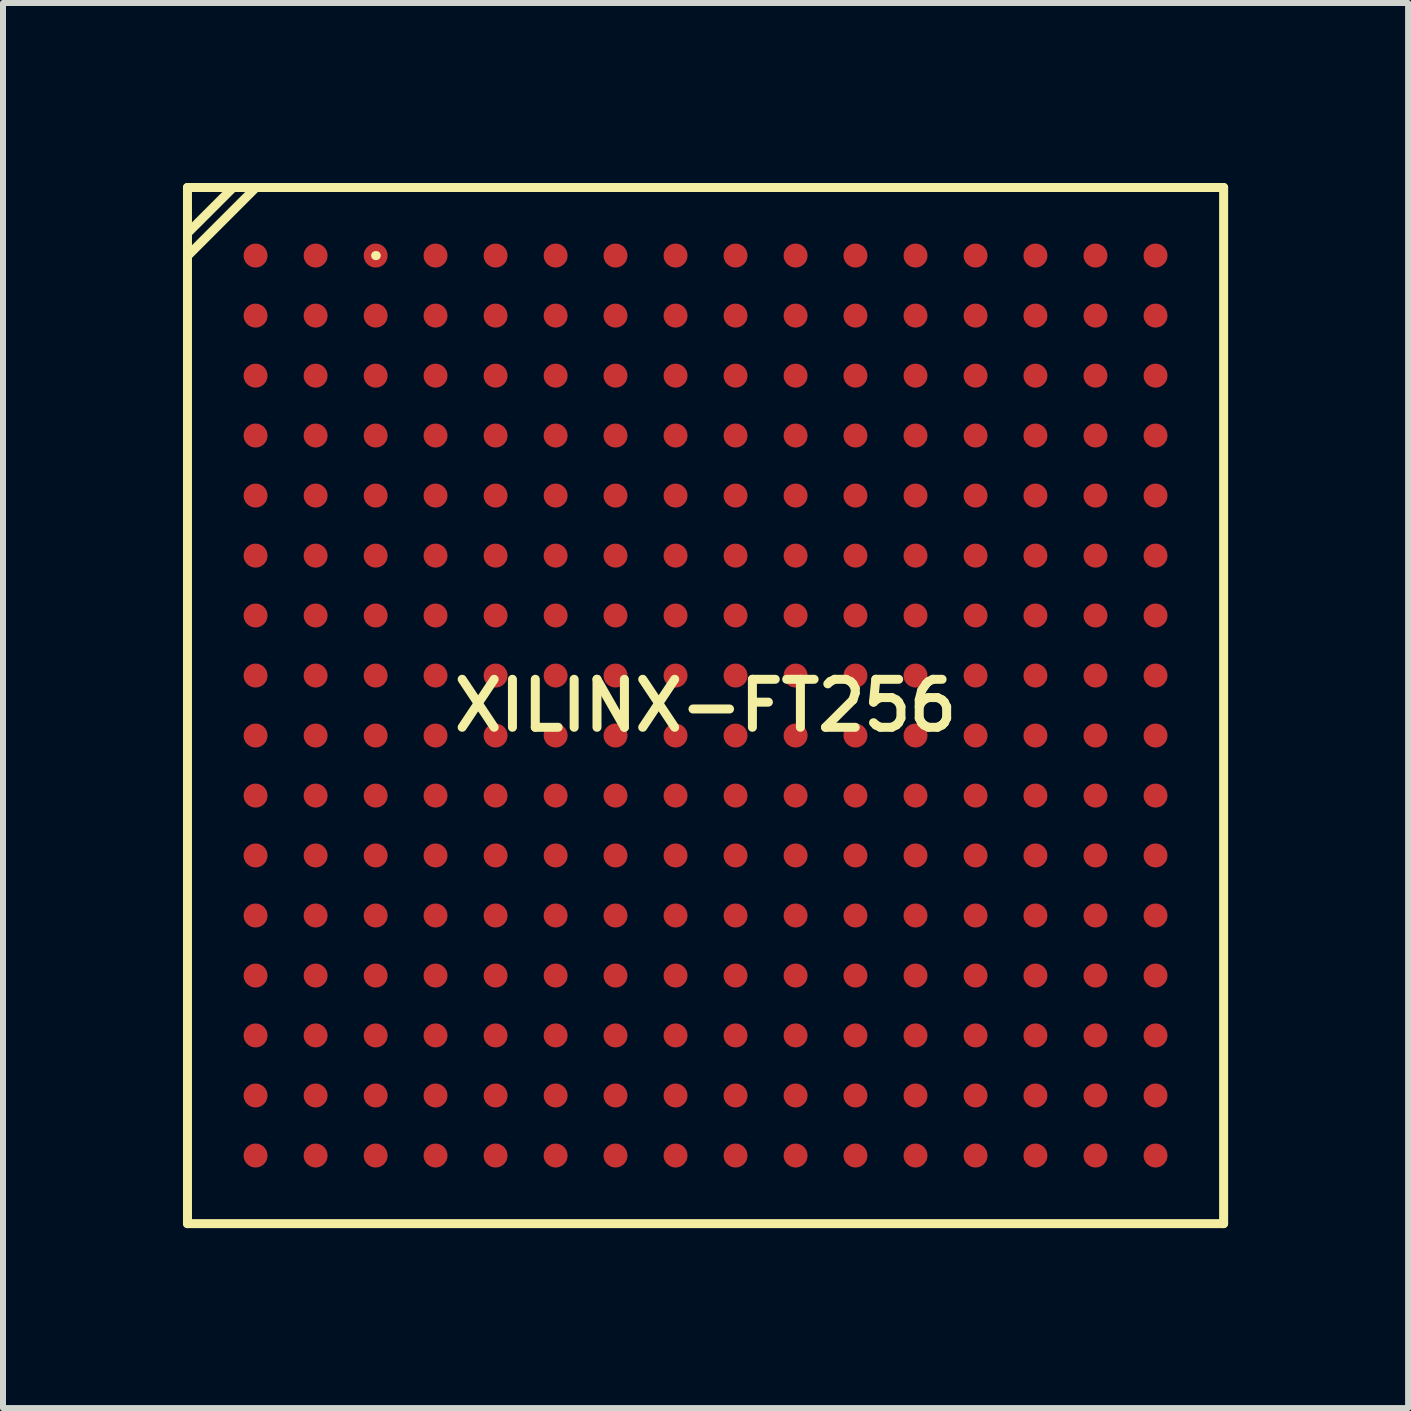
<source format=kicad_pcb>
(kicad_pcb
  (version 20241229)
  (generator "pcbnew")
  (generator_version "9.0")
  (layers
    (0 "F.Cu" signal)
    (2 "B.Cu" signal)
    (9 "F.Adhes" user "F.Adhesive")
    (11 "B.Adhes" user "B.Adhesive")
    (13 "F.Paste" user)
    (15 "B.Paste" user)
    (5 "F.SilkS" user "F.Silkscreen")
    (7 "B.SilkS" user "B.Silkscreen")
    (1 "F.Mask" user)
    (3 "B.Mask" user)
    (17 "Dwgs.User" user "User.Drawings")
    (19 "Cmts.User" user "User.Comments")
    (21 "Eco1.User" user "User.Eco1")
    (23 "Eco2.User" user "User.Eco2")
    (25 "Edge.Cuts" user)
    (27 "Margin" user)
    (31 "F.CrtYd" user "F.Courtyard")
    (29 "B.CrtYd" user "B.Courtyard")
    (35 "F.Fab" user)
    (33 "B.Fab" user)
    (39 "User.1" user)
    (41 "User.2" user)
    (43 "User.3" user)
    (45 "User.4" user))
  (footprint "XILINX-FT256"
    (layer "F.Cu")
    (at 8.711 8.711)
    (property "Reference" "XILINX-FT256" (at 0 0 0) (layer "F.SilkS") (effects (font (size 0.8 0.8) (thickness 0.15))))
    (attr smd)
    (fp_line (start -8.636 -8.636) (end 8.636 -8.636) (stroke (width 0.15) (type solid)) (layer "F.SilkS"))
    (fp_line (start -8.636 -7.874) (end -7.874 -8.636) (stroke (width 0.15) (type solid)) (layer "F.SilkS"))
    (fp_line (start -8.636 -7.493) (end -7.493 -8.636) (stroke (width 0.15) (type solid)) (layer "F.SilkS"))
    (fp_line (start -8.636 8.636) (end -8.636 -8.636) (stroke (width 0.15) (type solid)) (layer "F.SilkS"))
    (fp_line (start -5.499 -7.501) (end -5.489 -7.501) (stroke (width 0.15) (type solid)) (layer "F.SilkS"))
    (fp_line (start 8.636 -8.636) (end 8.636 8.636) (stroke (width 0.15) (type solid)) (layer "F.SilkS"))
    (fp_line (start 8.636 8.636) (end -8.636 8.636) (stroke (width 0.15) (type solid)) (layer "F.SilkS"))
    (pad "A1" smd circle (at -7.501 -7.501) (size 0.4 0.4) (layers "F.Cu" "F.Mask" "F.Paste"))
    (pad "A2" smd circle (at -6.5 -7.501) (size 0.4 0.4) (layers "F.Cu" "F.Mask" "F.Paste"))
    (pad "A3" smd circle (at -5.499 -7.501) (size 0.4 0.4) (layers "F.Cu" "F.Mask" "F.Paste"))
    (pad "A4" smd circle (at -4.501 -7.501) (size 0.4 0.4) (layers "F.Cu" "F.Mask" "F.Paste"))
    (pad "A5" smd circle (at -3.5 -7.501) (size 0.4 0.4) (layers "F.Cu" "F.Mask" "F.Paste"))
    (pad "A6" smd circle (at -2.499 -7.501) (size 0.4 0.4) (layers "F.Cu" "F.Mask" "F.Paste"))
    (pad "A7" smd circle (at -1.501 -7.501) (size 0.4 0.4) (layers "F.Cu" "F.Mask" "F.Paste"))
    (pad "A8" smd circle (at -0.5 -7.501) (size 0.4 0.4) (layers "F.Cu" "F.Mask" "F.Paste"))
    (pad "A9" smd circle (at 0.5 -7.501) (size 0.4 0.4) (layers "F.Cu" "F.Mask" "F.Paste"))
    (pad "A10" smd circle (at 1.501 -7.501) (size 0.4 0.4) (layers "F.Cu" "F.Mask" "F.Paste"))
    (pad "A11" smd circle (at 2.499 -7.501) (size 0.4 0.4) (layers "F.Cu" "F.Mask" "F.Paste"))
    (pad "A12" smd circle (at 3.5 -7.501) (size 0.4 0.4) (layers "F.Cu" "F.Mask" "F.Paste"))
    (pad "A13" smd circle (at 4.501 -7.501) (size 0.4 0.4) (layers "F.Cu" "F.Mask" "F.Paste"))
    (pad "A14" smd circle (at 5.499 -7.501) (size 0.4 0.4) (layers "F.Cu" "F.Mask" "F.Paste"))
    (pad "A15" smd circle (at 6.5 -7.501) (size 0.4 0.4) (layers "F.Cu" "F.Mask" "F.Paste"))
    (pad "A16" smd circle (at 7.501 -7.501) (size 0.4 0.4) (layers "F.Cu" "F.Mask" "F.Paste"))
    (pad "B1" smd circle (at -7.501 -6.5) (size 0.4 0.4) (layers "F.Cu" "F.Mask" "F.Paste"))
    (pad "B2" smd circle (at -6.5 -6.5) (size 0.4 0.4) (layers "F.Cu" "F.Mask" "F.Paste"))
    (pad "B3" smd circle (at -5.499 -6.5) (size 0.4 0.4) (layers "F.Cu" "F.Mask" "F.Paste"))
    (pad "B4" smd circle (at -4.501 -6.5) (size 0.4 0.4) (layers "F.Cu" "F.Mask" "F.Paste"))
    (pad "B5" smd circle (at -3.5 -6.5) (size 0.4 0.4) (layers "F.Cu" "F.Mask" "F.Paste"))
    (pad "B6" smd circle (at -2.499 -6.5) (size 0.4 0.4) (layers "F.Cu" "F.Mask" "F.Paste"))
    (pad "B7" smd circle (at -1.501 -6.5) (size 0.4 0.4) (layers "F.Cu" "F.Mask" "F.Paste"))
    (pad "B8" smd circle (at -0.5 -6.5) (size 0.4 0.4) (layers "F.Cu" "F.Mask" "F.Paste"))
    (pad "B9" smd circle (at 0.5 -6.5) (size 0.4 0.4) (layers "F.Cu" "F.Mask" "F.Paste"))
    (pad "B10" smd circle (at 1.501 -6.5) (size 0.4 0.4) (layers "F.Cu" "F.Mask" "F.Paste"))
    (pad "B11" smd circle (at 2.499 -6.5) (size 0.4 0.4) (layers "F.Cu" "F.Mask" "F.Paste"))
    (pad "B12" smd circle (at 3.5 -6.5) (size 0.4 0.4) (layers "F.Cu" "F.Mask" "F.Paste"))
    (pad "B13" smd circle (at 4.501 -6.5) (size 0.4 0.4) (layers "F.Cu" "F.Mask" "F.Paste"))
    (pad "B14" smd circle (at 5.499 -6.5) (size 0.4 0.4) (layers "F.Cu" "F.Mask" "F.Paste"))
    (pad "B15" smd circle (at 6.5 -6.5) (size 0.4 0.4) (layers "F.Cu" "F.Mask" "F.Paste"))
    (pad "B16" smd circle (at 7.501 -6.5) (size 0.4 0.4) (layers "F.Cu" "F.Mask" "F.Paste"))
    (pad "C1" smd circle (at -7.501 -5.499) (size 0.4 0.4) (layers "F.Cu" "F.Mask" "F.Paste"))
    (pad "C2" smd circle (at -6.5 -5.499) (size 0.4 0.4) (layers "F.Cu" "F.Mask" "F.Paste"))
    (pad "C3" smd circle (at -5.499 -5.499) (size 0.4 0.4) (layers "F.Cu" "F.Mask" "F.Paste"))
    (pad "C4" smd circle (at -4.501 -5.499) (size 0.4 0.4) (layers "F.Cu" "F.Mask" "F.Paste"))
    (pad "C5" smd circle (at -3.5 -5.499) (size 0.4 0.4) (layers "F.Cu" "F.Mask" "F.Paste"))
    (pad "C6" smd circle (at -2.499 -5.499) (size 0.4 0.4) (layers "F.Cu" "F.Mask" "F.Paste"))
    (pad "C7" smd circle (at -1.501 -5.499) (size 0.4 0.4) (layers "F.Cu" "F.Mask" "F.Paste"))
    (pad "C8" smd circle (at -0.5 -5.499) (size 0.4 0.4) (layers "F.Cu" "F.Mask" "F.Paste"))
    (pad "C9" smd circle (at 0.5 -5.499) (size 0.4 0.4) (layers "F.Cu" "F.Mask" "F.Paste"))
    (pad "C10" smd circle (at 1.501 -5.499) (size 0.4 0.4) (layers "F.Cu" "F.Mask" "F.Paste"))
    (pad "C11" smd circle (at 2.499 -5.499) (size 0.4 0.4) (layers "F.Cu" "F.Mask" "F.Paste"))
    (pad "C12" smd circle (at 3.5 -5.499) (size 0.4 0.4) (layers "F.Cu" "F.Mask" "F.Paste"))
    (pad "C13" smd circle (at 4.501 -5.499) (size 0.4 0.4) (layers "F.Cu" "F.Mask" "F.Paste"))
    (pad "C14" smd circle (at 5.499 -5.499) (size 0.4 0.4) (layers "F.Cu" "F.Mask" "F.Paste"))
    (pad "C15" smd circle (at 6.5 -5.499) (size 0.4 0.4) (layers "F.Cu" "F.Mask" "F.Paste"))
    (pad "C16" smd circle (at 7.501 -5.499) (size 0.4 0.4) (layers "F.Cu" "F.Mask" "F.Paste"))
    (pad "D1" smd circle (at -7.501 -4.501) (size 0.4 0.4) (layers "F.Cu" "F.Mask" "F.Paste"))
    (pad "D2" smd circle (at -6.5 -4.501) (size 0.4 0.4) (layers "F.Cu" "F.Mask" "F.Paste"))
    (pad "D3" smd circle (at -5.499 -4.501) (size 0.4 0.4) (layers "F.Cu" "F.Mask" "F.Paste"))
    (pad "D4" smd circle (at -4.501 -4.501) (size 0.4 0.4) (layers "F.Cu" "F.Mask" "F.Paste"))
    (pad "D5" smd circle (at -3.5 -4.501) (size 0.4 0.4) (layers "F.Cu" "F.Mask" "F.Paste"))
    (pad "D6" smd circle (at -2.499 -4.501) (size 0.4 0.4) (layers "F.Cu" "F.Mask" "F.Paste"))
    (pad "D7" smd circle (at -1.501 -4.501) (size 0.4 0.4) (layers "F.Cu" "F.Mask" "F.Paste"))
    (pad "D8" smd circle (at -0.5 -4.501) (size 0.4 0.4) (layers "F.Cu" "F.Mask" "F.Paste"))
    (pad "D9" smd circle (at 0.5 -4.501) (size 0.4 0.4) (layers "F.Cu" "F.Mask" "F.Paste"))
    (pad "D10" smd circle (at 1.501 -4.501) (size 0.4 0.4) (layers "F.Cu" "F.Mask" "F.Paste"))
    (pad "D11" smd circle (at 2.499 -4.501) (size 0.4 0.4) (layers "F.Cu" "F.Mask" "F.Paste"))
    (pad "D12" smd circle (at 3.5 -4.501) (size 0.4 0.4) (layers "F.Cu" "F.Mask" "F.Paste"))
    (pad "D13" smd circle (at 4.501 -4.501) (size 0.4 0.4) (layers "F.Cu" "F.Mask" "F.Paste"))
    (pad "D14" smd circle (at 5.499 -4.501) (size 0.4 0.4) (layers "F.Cu" "F.Mask" "F.Paste"))
    (pad "D15" smd circle (at 6.5 -4.501) (size 0.4 0.4) (layers "F.Cu" "F.Mask" "F.Paste"))
    (pad "D16" smd circle (at 7.501 -4.501) (size 0.4 0.4) (layers "F.Cu" "F.Mask" "F.Paste"))
    (pad "E1" smd circle (at -7.501 -3.5) (size 0.4 0.4) (layers "F.Cu" "F.Mask" "F.Paste"))
    (pad "E2" smd circle (at -6.5 -3.5) (size 0.4 0.4) (layers "F.Cu" "F.Mask" "F.Paste"))
    (pad "E3" smd circle (at -5.499 -3.5) (size 0.4 0.4) (layers "F.Cu" "F.Mask" "F.Paste"))
    (pad "E4" smd circle (at -4.501 -3.5) (size 0.4 0.4) (layers "F.Cu" "F.Mask" "F.Paste"))
    (pad "E5" smd circle (at -3.5 -3.5) (size 0.4 0.4) (layers "F.Cu" "F.Mask" "F.Paste"))
    (pad "E6" smd circle (at -2.499 -3.5) (size 0.4 0.4) (layers "F.Cu" "F.Mask" "F.Paste"))
    (pad "E7" smd circle (at -1.501 -3.5) (size 0.4 0.4) (layers "F.Cu" "F.Mask" "F.Paste"))
    (pad "E8" smd circle (at -0.5 -3.5) (size 0.4 0.4) (layers "F.Cu" "F.Mask" "F.Paste"))
    (pad "E9" smd circle (at 0.5 -3.5) (size 0.4 0.4) (layers "F.Cu" "F.Mask" "F.Paste"))
    (pad "E10" smd circle (at 1.501 -3.5) (size 0.4 0.4) (layers "F.Cu" "F.Mask" "F.Paste"))
    (pad "E11" smd circle (at 2.499 -3.5) (size 0.4 0.4) (layers "F.Cu" "F.Mask" "F.Paste"))
    (pad "E12" smd circle (at 3.5 -3.5) (size 0.4 0.4) (layers "F.Cu" "F.Mask" "F.Paste"))
    (pad "E13" smd circle (at 4.501 -3.5) (size 0.4 0.4) (layers "F.Cu" "F.Mask" "F.Paste"))
    (pad "E14" smd circle (at 5.499 -3.5) (size 0.4 0.4) (layers "F.Cu" "F.Mask" "F.Paste"))
    (pad "E15" smd circle (at 6.5 -3.5) (size 0.4 0.4) (layers "F.Cu" "F.Mask" "F.Paste"))
    (pad "E16" smd circle (at 7.501 -3.5) (size 0.4 0.4) (layers "F.Cu" "F.Mask" "F.Paste"))
    (pad "F1" smd circle (at -7.501 -2.499) (size 0.4 0.4) (layers "F.Cu" "F.Mask" "F.Paste"))
    (pad "F2" smd circle (at -6.5 -2.499) (size 0.4 0.4) (layers "F.Cu" "F.Mask" "F.Paste"))
    (pad "F3" smd circle (at -5.499 -2.499) (size 0.4 0.4) (layers "F.Cu" "F.Mask" "F.Paste"))
    (pad "F4" smd circle (at -4.501 -2.499) (size 0.4 0.4) (layers "F.Cu" "F.Mask" "F.Paste"))
    (pad "F5" smd circle (at -3.5 -2.499) (size 0.4 0.4) (layers "F.Cu" "F.Mask" "F.Paste"))
    (pad "F6" smd circle (at -2.499 -2.499) (size 0.4 0.4) (layers "F.Cu" "F.Mask" "F.Paste"))
    (pad "F7" smd circle (at -1.501 -2.499) (size 0.4 0.4) (layers "F.Cu" "F.Mask" "F.Paste"))
    (pad "F8" smd circle (at -0.5 -2.499) (size 0.4 0.4) (layers "F.Cu" "F.Mask" "F.Paste"))
    (pad "F9" smd circle (at 0.5 -2.499) (size 0.4 0.4) (layers "F.Cu" "F.Mask" "F.Paste"))
    (pad "F10" smd circle (at 1.501 -2.499) (size 0.4 0.4) (layers "F.Cu" "F.Mask" "F.Paste"))
    (pad "F11" smd circle (at 2.499 -2.499) (size 0.4 0.4) (layers "F.Cu" "F.Mask" "F.Paste"))
    (pad "F12" smd circle (at 3.5 -2.499) (size 0.4 0.4) (layers "F.Cu" "F.Mask" "F.Paste"))
    (pad "F13" smd circle (at 4.501 -2.499) (size 0.4 0.4) (layers "F.Cu" "F.Mask" "F.Paste"))
    (pad "F14" smd circle (at 5.499 -2.499) (size 0.4 0.4) (layers "F.Cu" "F.Mask" "F.Paste"))
    (pad "F15" smd circle (at 6.5 -2.499) (size 0.4 0.4) (layers "F.Cu" "F.Mask" "F.Paste"))
    (pad "F16" smd circle (at 7.501 -2.499) (size 0.4 0.4) (layers "F.Cu" "F.Mask" "F.Paste"))
    (pad "G1" smd circle (at -7.501 -1.501) (size 0.4 0.4) (layers "F.Cu" "F.Mask" "F.Paste"))
    (pad "G2" smd circle (at -6.5 -1.501) (size 0.4 0.4) (layers "F.Cu" "F.Mask" "F.Paste"))
    (pad "G3" smd circle (at -5.499 -1.501) (size 0.4 0.4) (layers "F.Cu" "F.Mask" "F.Paste"))
    (pad "G4" smd circle (at -4.501 -1.501) (size 0.4 0.4) (layers "F.Cu" "F.Mask" "F.Paste"))
    (pad "G5" smd circle (at -3.5 -1.501) (size 0.4 0.4) (layers "F.Cu" "F.Mask" "F.Paste"))
    (pad "G6" smd circle (at -2.499 -1.501) (size 0.4 0.4) (layers "F.Cu" "F.Mask" "F.Paste"))
    (pad "G7" smd circle (at -1.501 -1.501) (size 0.4 0.4) (layers "F.Cu" "F.Mask" "F.Paste"))
    (pad "G8" smd circle (at -0.5 -1.501) (size 0.4 0.4) (layers "F.Cu" "F.Mask" "F.Paste"))
    (pad "G9" smd circle (at 0.5 -1.501) (size 0.4 0.4) (layers "F.Cu" "F.Mask" "F.Paste"))
    (pad "G10" smd circle (at 1.501 -1.501) (size 0.4 0.4) (layers "F.Cu" "F.Mask" "F.Paste"))
    (pad "G11" smd circle (at 2.499 -1.501) (size 0.4 0.4) (layers "F.Cu" "F.Mask" "F.Paste"))
    (pad "G12" smd circle (at 3.5 -1.501) (size 0.4 0.4) (layers "F.Cu" "F.Mask" "F.Paste"))
    (pad "G13" smd circle (at 4.501 -1.501) (size 0.4 0.4) (layers "F.Cu" "F.Mask" "F.Paste"))
    (pad "G14" smd circle (at 5.499 -1.501) (size 0.4 0.4) (layers "F.Cu" "F.Mask" "F.Paste"))
    (pad "G15" smd circle (at 6.5 -1.501) (size 0.4 0.4) (layers "F.Cu" "F.Mask" "F.Paste"))
    (pad "G16" smd circle (at 7.501 -1.501) (size 0.4 0.4) (layers "F.Cu" "F.Mask" "F.Paste"))
    (pad "H1" smd circle (at -7.501 -0.5) (size 0.4 0.4) (layers "F.Cu" "F.Mask" "F.Paste"))
    (pad "H2" smd circle (at -6.5 -0.5) (size 0.4 0.4) (layers "F.Cu" "F.Mask" "F.Paste"))
    (pad "H3" smd circle (at -5.499 -0.5) (size 0.4 0.4) (layers "F.Cu" "F.Mask" "F.Paste"))
    (pad "H4" smd circle (at -4.501 -0.5) (size 0.4 0.4) (layers "F.Cu" "F.Mask" "F.Paste"))
    (pad "H5" smd circle (at -3.5 -0.5) (size 0.4 0.4) (layers "F.Cu" "F.Mask" "F.Paste"))
    (pad "H6" smd circle (at -2.499 -0.5) (size 0.4 0.4) (layers "F.Cu" "F.Mask" "F.Paste"))
    (pad "H7" smd circle (at -1.501 -0.5) (size 0.4 0.4) (layers "F.Cu" "F.Mask" "F.Paste"))
    (pad "H8" smd circle (at -0.5 -0.5) (size 0.4 0.4) (layers "F.Cu" "F.Mask" "F.Paste"))
    (pad "H9" smd circle (at 0.5 -0.5) (size 0.4 0.4) (layers "F.Cu" "F.Mask" "F.Paste"))
    (pad "H10" smd circle (at 1.501 -0.5) (size 0.4 0.4) (layers "F.Cu" "F.Mask" "F.Paste"))
    (pad "H11" smd circle (at 2.499 -0.5) (size 0.4 0.4) (layers "F.Cu" "F.Mask" "F.Paste"))
    (pad "H12" smd circle (at 3.5 -0.5) (size 0.4 0.4) (layers "F.Cu" "F.Mask" "F.Paste"))
    (pad "H13" smd circle (at 4.501 -0.5) (size 0.4 0.4) (layers "F.Cu" "F.Mask" "F.Paste"))
    (pad "H14" smd circle (at 5.499 -0.5) (size 0.4 0.4) (layers "F.Cu" "F.Mask" "F.Paste"))
    (pad "H15" smd circle (at 6.5 -0.5) (size 0.4 0.4) (layers "F.Cu" "F.Mask" "F.Paste"))
    (pad "H16" smd circle (at 7.501 -0.5) (size 0.4 0.4) (layers "F.Cu" "F.Mask" "F.Paste"))
    (pad "J1" smd circle (at -7.501 0.5) (size 0.4 0.4) (layers "F.Cu" "F.Mask" "F.Paste"))
    (pad "J2" smd circle (at -6.5 0.5) (size 0.4 0.4) (layers "F.Cu" "F.Mask" "F.Paste"))
    (pad "J3" smd circle (at -5.499 0.5) (size 0.4 0.4) (layers "F.Cu" "F.Mask" "F.Paste"))
    (pad "J4" smd circle (at -4.501 0.5) (size 0.4 0.4) (layers "F.Cu" "F.Mask" "F.Paste"))
    (pad "J5" smd circle (at -3.5 0.5) (size 0.4 0.4) (layers "F.Cu" "F.Mask" "F.Paste"))
    (pad "J6" smd circle (at -2.499 0.5) (size 0.4 0.4) (layers "F.Cu" "F.Mask" "F.Paste"))
    (pad "J7" smd circle (at -1.501 0.5) (size 0.4 0.4) (layers "F.Cu" "F.Mask" "F.Paste"))
    (pad "J8" smd circle (at -0.5 0.5) (size 0.4 0.4) (layers "F.Cu" "F.Mask" "F.Paste"))
    (pad "J9" smd circle (at 0.5 0.5) (size 0.4 0.4) (layers "F.Cu" "F.Mask" "F.Paste"))
    (pad "J10" smd circle (at 1.501 0.5) (size 0.4 0.4) (layers "F.Cu" "F.Mask" "F.Paste"))
    (pad "J11" smd circle (at 2.499 0.5) (size 0.4 0.4) (layers "F.Cu" "F.Mask" "F.Paste"))
    (pad "J12" smd circle (at 3.5 0.5) (size 0.4 0.4) (layers "F.Cu" "F.Mask" "F.Paste"))
    (pad "J13" smd circle (at 4.501 0.5) (size 0.4 0.4) (layers "F.Cu" "F.Mask" "F.Paste"))
    (pad "J14" smd circle (at 5.499 0.5) (size 0.4 0.4) (layers "F.Cu" "F.Mask" "F.Paste"))
    (pad "J15" smd circle (at 6.5 0.5) (size 0.4 0.4) (layers "F.Cu" "F.Mask" "F.Paste"))
    (pad "J16" smd circle (at 7.501 0.5) (size 0.4 0.4) (layers "F.Cu" "F.Mask" "F.Paste"))
    (pad "K1" smd circle (at -7.501 1.501) (size 0.4 0.4) (layers "F.Cu" "F.Mask" "F.Paste"))
    (pad "K2" smd circle (at -6.5 1.501) (size 0.4 0.4) (layers "F.Cu" "F.Mask" "F.Paste"))
    (pad "K3" smd circle (at -5.499 1.501) (size 0.4 0.4) (layers "F.Cu" "F.Mask" "F.Paste"))
    (pad "K4" smd circle (at -4.501 1.501) (size 0.4 0.4) (layers "F.Cu" "F.Mask" "F.Paste"))
    (pad "K5" smd circle (at -3.5 1.501) (size 0.4 0.4) (layers "F.Cu" "F.Mask" "F.Paste"))
    (pad "K6" smd circle (at -2.499 1.501) (size 0.4 0.4) (layers "F.Cu" "F.Mask" "F.Paste"))
    (pad "K7" smd circle (at -1.501 1.501) (size 0.4 0.4) (layers "F.Cu" "F.Mask" "F.Paste"))
    (pad "K8" smd circle (at -0.5 1.501) (size 0.4 0.4) (layers "F.Cu" "F.Mask" "F.Paste"))
    (pad "K9" smd circle (at 0.5 1.501) (size 0.4 0.4) (layers "F.Cu" "F.Mask" "F.Paste"))
    (pad "K10" smd circle (at 1.501 1.501) (size 0.4 0.4) (layers "F.Cu" "F.Mask" "F.Paste"))
    (pad "K11" smd circle (at 2.499 1.501) (size 0.4 0.4) (layers "F.Cu" "F.Mask" "F.Paste"))
    (pad "K12" smd circle (at 3.5 1.501) (size 0.4 0.4) (layers "F.Cu" "F.Mask" "F.Paste"))
    (pad "K13" smd circle (at 4.501 1.501) (size 0.4 0.4) (layers "F.Cu" "F.Mask" "F.Paste"))
    (pad "K14" smd circle (at 5.499 1.501) (size 0.4 0.4) (layers "F.Cu" "F.Mask" "F.Paste"))
    (pad "K15" smd circle (at 6.5 1.501) (size 0.4 0.4) (layers "F.Cu" "F.Mask" "F.Paste"))
    (pad "K16" smd circle (at 7.501 1.501) (size 0.4 0.4) (layers "F.Cu" "F.Mask" "F.Paste"))
    (pad "L1" smd circle (at -7.501 2.499) (size 0.4 0.4) (layers "F.Cu" "F.Mask" "F.Paste"))
    (pad "L2" smd circle (at -6.5 2.499) (size 0.4 0.4) (layers "F.Cu" "F.Mask" "F.Paste"))
    (pad "L3" smd circle (at -5.499 2.499) (size 0.4 0.4) (layers "F.Cu" "F.Mask" "F.Paste"))
    (pad "L4" smd circle (at -4.501 2.499) (size 0.4 0.4) (layers "F.Cu" "F.Mask" "F.Paste"))
    (pad "L5" smd circle (at -3.5 2.499) (size 0.4 0.4) (layers "F.Cu" "F.Mask" "F.Paste"))
    (pad "L6" smd circle (at -2.499 2.499) (size 0.4 0.4) (layers "F.Cu" "F.Mask" "F.Paste"))
    (pad "L7" smd circle (at -1.501 2.499) (size 0.4 0.4) (layers "F.Cu" "F.Mask" "F.Paste"))
    (pad "L8" smd circle (at -0.5 2.499) (size 0.4 0.4) (layers "F.Cu" "F.Mask" "F.Paste"))
    (pad "L9" smd circle (at 0.5 2.499) (size 0.4 0.4) (layers "F.Cu" "F.Mask" "F.Paste"))
    (pad "L10" smd circle (at 1.501 2.499) (size 0.4 0.4) (layers "F.Cu" "F.Mask" "F.Paste"))
    (pad "L11" smd circle (at 2.499 2.499) (size 0.4 0.4) (layers "F.Cu" "F.Mask" "F.Paste"))
    (pad "L12" smd circle (at 3.5 2.499) (size 0.4 0.4) (layers "F.Cu" "F.Mask" "F.Paste"))
    (pad "L13" smd circle (at 4.501 2.499) (size 0.4 0.4) (layers "F.Cu" "F.Mask" "F.Paste"))
    (pad "L14" smd circle (at 5.499 2.499) (size 0.4 0.4) (layers "F.Cu" "F.Mask" "F.Paste"))
    (pad "L15" smd circle (at 6.5 2.499) (size 0.4 0.4) (layers "F.Cu" "F.Mask" "F.Paste"))
    (pad "L16" smd circle (at 7.501 2.499) (size 0.4 0.4) (layers "F.Cu" "F.Mask" "F.Paste"))
    (pad "M1" smd circle (at -7.501 3.5) (size 0.4 0.4) (layers "F.Cu" "F.Mask" "F.Paste"))
    (pad "M2" smd circle (at -6.5 3.5) (size 0.4 0.4) (layers "F.Cu" "F.Mask" "F.Paste"))
    (pad "M3" smd circle (at -5.499 3.5) (size 0.4 0.4) (layers "F.Cu" "F.Mask" "F.Paste"))
    (pad "M4" smd circle (at -4.501 3.5) (size 0.4 0.4) (layers "F.Cu" "F.Mask" "F.Paste"))
    (pad "M5" smd circle (at -3.5 3.5) (size 0.4 0.4) (layers "F.Cu" "F.Mask" "F.Paste"))
    (pad "M6" smd circle (at -2.499 3.5) (size 0.4 0.4) (layers "F.Cu" "F.Mask" "F.Paste"))
    (pad "M7" smd circle (at -1.501 3.5) (size 0.4 0.4) (layers "F.Cu" "F.Mask" "F.Paste"))
    (pad "M8" smd circle (at -0.5 3.5) (size 0.4 0.4) (layers "F.Cu" "F.Mask" "F.Paste"))
    (pad "M9" smd circle (at 0.5 3.5) (size 0.4 0.4) (layers "F.Cu" "F.Mask" "F.Paste"))
    (pad "M10" smd circle (at 1.501 3.5) (size 0.4 0.4) (layers "F.Cu" "F.Mask" "F.Paste"))
    (pad "M11" smd circle (at 2.499 3.5) (size 0.4 0.4) (layers "F.Cu" "F.Mask" "F.Paste"))
    (pad "M12" smd circle (at 3.5 3.5) (size 0.4 0.4) (layers "F.Cu" "F.Mask" "F.Paste"))
    (pad "M13" smd circle (at 4.501 3.5) (size 0.4 0.4) (layers "F.Cu" "F.Mask" "F.Paste"))
    (pad "M14" smd circle (at 5.499 3.5) (size 0.4 0.4) (layers "F.Cu" "F.Mask" "F.Paste"))
    (pad "M15" smd circle (at 6.5 3.5) (size 0.4 0.4) (layers "F.Cu" "F.Mask" "F.Paste"))
    (pad "M16" smd circle (at 7.501 3.5) (size 0.4 0.4) (layers "F.Cu" "F.Mask" "F.Paste"))
    (pad "N1" smd circle (at -7.501 4.501) (size 0.4 0.4) (layers "F.Cu" "F.Mask" "F.Paste"))
    (pad "N2" smd circle (at -6.5 4.501) (size 0.4 0.4) (layers "F.Cu" "F.Mask" "F.Paste"))
    (pad "N3" smd circle (at -5.499 4.501) (size 0.4 0.4) (layers "F.Cu" "F.Mask" "F.Paste"))
    (pad "N4" smd circle (at -4.501 4.501) (size 0.4 0.4) (layers "F.Cu" "F.Mask" "F.Paste"))
    (pad "N5" smd circle (at -3.5 4.501) (size 0.4 0.4) (layers "F.Cu" "F.Mask" "F.Paste"))
    (pad "N6" smd circle (at -2.499 4.501) (size 0.4 0.4) (layers "F.Cu" "F.Mask" "F.Paste"))
    (pad "N7" smd circle (at -1.501 4.501) (size 0.4 0.4) (layers "F.Cu" "F.Mask" "F.Paste"))
    (pad "N8" smd circle (at -0.5 4.501) (size 0.4 0.4) (layers "F.Cu" "F.Mask" "F.Paste"))
    (pad "N9" smd circle (at 0.5 4.501) (size 0.4 0.4) (layers "F.Cu" "F.Mask" "F.Paste"))
    (pad "N10" smd circle (at 1.501 4.501) (size 0.4 0.4) (layers "F.Cu" "F.Mask" "F.Paste"))
    (pad "N11" smd circle (at 2.499 4.501) (size 0.4 0.4) (layers "F.Cu" "F.Mask" "F.Paste"))
    (pad "N12" smd circle (at 3.5 4.501) (size 0.4 0.4) (layers "F.Cu" "F.Mask" "F.Paste"))
    (pad "N13" smd circle (at 4.501 4.501) (size 0.4 0.4) (layers "F.Cu" "F.Mask" "F.Paste"))
    (pad "N14" smd circle (at 5.499 4.501) (size 0.4 0.4) (layers "F.Cu" "F.Mask" "F.Paste"))
    (pad "N15" smd circle (at 6.5 4.501) (size 0.4 0.4) (layers "F.Cu" "F.Mask" "F.Paste"))
    (pad "N16" smd circle (at 7.501 4.501) (size 0.4 0.4) (layers "F.Cu" "F.Mask" "F.Paste"))
    (pad "P1" smd circle (at -7.501 5.499) (size 0.4 0.4) (layers "F.Cu" "F.Mask" "F.Paste"))
    (pad "P2" smd circle (at -6.5 5.499) (size 0.4 0.4) (layers "F.Cu" "F.Mask" "F.Paste"))
    (pad "P3" smd circle (at -5.499 5.499) (size 0.4 0.4) (layers "F.Cu" "F.Mask" "F.Paste"))
    (pad "P4" smd circle (at -4.501 5.499) (size 0.4 0.4) (layers "F.Cu" "F.Mask" "F.Paste"))
    (pad "P5" smd circle (at -3.5 5.499) (size 0.4 0.4) (layers "F.Cu" "F.Mask" "F.Paste"))
    (pad "P6" smd circle (at -2.499 5.499) (size 0.4 0.4) (layers "F.Cu" "F.Mask" "F.Paste"))
    (pad "P7" smd circle (at -1.501 5.499) (size 0.4 0.4) (layers "F.Cu" "F.Mask" "F.Paste"))
    (pad "P8" smd circle (at -0.5 5.499) (size 0.4 0.4) (layers "F.Cu" "F.Mask" "F.Paste"))
    (pad "P9" smd circle (at 0.5 5.499) (size 0.4 0.4) (layers "F.Cu" "F.Mask" "F.Paste"))
    (pad "P10" smd circle (at 1.501 5.499) (size 0.4 0.4) (layers "F.Cu" "F.Mask" "F.Paste"))
    (pad "P11" smd circle (at 2.499 5.499) (size 0.4 0.4) (layers "F.Cu" "F.Mask" "F.Paste"))
    (pad "P12" smd circle (at 3.5 5.499) (size 0.4 0.4) (layers "F.Cu" "F.Mask" "F.Paste"))
    (pad "P13" smd circle (at 4.501 5.499) (size 0.4 0.4) (layers "F.Cu" "F.Mask" "F.Paste"))
    (pad "P14" smd circle (at 5.499 5.499) (size 0.4 0.4) (layers "F.Cu" "F.Mask" "F.Paste"))
    (pad "P15" smd circle (at 6.5 5.499) (size 0.4 0.4) (layers "F.Cu" "F.Mask" "F.Paste"))
    (pad "P16" smd circle (at 7.501 5.499) (size 0.4 0.4) (layers "F.Cu" "F.Mask" "F.Paste"))
    (pad "R1" smd circle (at -7.501 6.5) (size 0.4 0.4) (layers "F.Cu" "F.Mask" "F.Paste"))
    (pad "R2" smd circle (at -6.5 6.5) (size 0.4 0.4) (layers "F.Cu" "F.Mask" "F.Paste"))
    (pad "R3" smd circle (at -5.499 6.5) (size 0.4 0.4) (layers "F.Cu" "F.Mask" "F.Paste"))
    (pad "R4" smd circle (at -4.501 6.5) (size 0.4 0.4) (layers "F.Cu" "F.Mask" "F.Paste"))
    (pad "R5" smd circle (at -3.5 6.5) (size 0.4 0.4) (layers "F.Cu" "F.Mask" "F.Paste"))
    (pad "R6" smd circle (at -2.499 6.5) (size 0.4 0.4) (layers "F.Cu" "F.Mask" "F.Paste"))
    (pad "R7" smd circle (at -1.501 6.5) (size 0.4 0.4) (layers "F.Cu" "F.Mask" "F.Paste"))
    (pad "R8" smd circle (at -0.5 6.5) (size 0.4 0.4) (layers "F.Cu" "F.Mask" "F.Paste"))
    (pad "R9" smd circle (at 0.5 6.5) (size 0.4 0.4) (layers "F.Cu" "F.Mask" "F.Paste"))
    (pad "R10" smd circle (at 1.501 6.5) (size 0.4 0.4) (layers "F.Cu" "F.Mask" "F.Paste"))
    (pad "R11" smd circle (at 2.499 6.5) (size 0.4 0.4) (layers "F.Cu" "F.Mask" "F.Paste"))
    (pad "R12" smd circle (at 3.5 6.5) (size 0.4 0.4) (layers "F.Cu" "F.Mask" "F.Paste"))
    (pad "R13" smd circle (at 4.501 6.5) (size 0.4 0.4) (layers "F.Cu" "F.Mask" "F.Paste"))
    (pad "R14" smd circle (at 5.499 6.5) (size 0.4 0.4) (layers "F.Cu" "F.Mask" "F.Paste"))
    (pad "R15" smd circle (at 6.5 6.5) (size 0.4 0.4) (layers "F.Cu" "F.Mask" "F.Paste"))
    (pad "R16" smd circle (at 7.501 6.5) (size 0.4 0.4) (layers "F.Cu" "F.Mask" "F.Paste"))
    (pad "T1" smd circle (at -7.501 7.501) (size 0.4 0.4) (layers "F.Cu" "F.Mask" "F.Paste"))
    (pad "T2" smd circle (at -6.5 7.501) (size 0.4 0.4) (layers "F.Cu" "F.Mask" "F.Paste"))
    (pad "T3" smd circle (at -5.499 7.501) (size 0.4 0.4) (layers "F.Cu" "F.Mask" "F.Paste"))
    (pad "T4" smd circle (at -4.501 7.501) (size 0.4 0.4) (layers "F.Cu" "F.Mask" "F.Paste"))
    (pad "T5" smd circle (at -3.5 7.501) (size 0.4 0.4) (layers "F.Cu" "F.Mask" "F.Paste"))
    (pad "T6" smd circle (at -2.499 7.501) (size 0.4 0.4) (layers "F.Cu" "F.Mask" "F.Paste"))
    (pad "T7" smd circle (at -1.501 7.501) (size 0.4 0.4) (layers "F.Cu" "F.Mask" "F.Paste"))
    (pad "T8" smd circle (at -0.5 7.501) (size 0.4 0.4) (layers "F.Cu" "F.Mask" "F.Paste"))
    (pad "T9" smd circle (at 0.5 7.501) (size 0.4 0.4) (layers "F.Cu" "F.Mask" "F.Paste"))
    (pad "T10" smd circle (at 1.501 7.501) (size 0.4 0.4) (layers "F.Cu" "F.Mask" "F.Paste"))
    (pad "T11" smd circle (at 2.499 7.501) (size 0.4 0.4) (layers "F.Cu" "F.Mask" "F.Paste"))
    (pad "T12" smd circle (at 3.5 7.501) (size 0.4 0.4) (layers "F.Cu" "F.Mask" "F.Paste"))
    (pad "T13" smd circle (at 4.501 7.501) (size 0.4 0.4) (layers "F.Cu" "F.Mask" "F.Paste"))
    (pad "T14" smd circle (at 5.499 7.501) (size 0.4 0.4) (layers "F.Cu" "F.Mask" "F.Paste"))
    (pad "T15" smd circle (at 6.5 7.501) (size 0.4 0.4) (layers "F.Cu" "F.Mask" "F.Paste"))
    (pad "T16" smd circle (at 7.501 7.501) (size 0.4 0.4) (layers "F.Cu" "F.Mask" "F.Paste")))
  (gr_rect
    (start -3 -3)
    (end 20.422 20.422)
    (stroke (width 0.1) (type default))
    (fill no)
    (layer "Edge.Cuts")))
</source>
